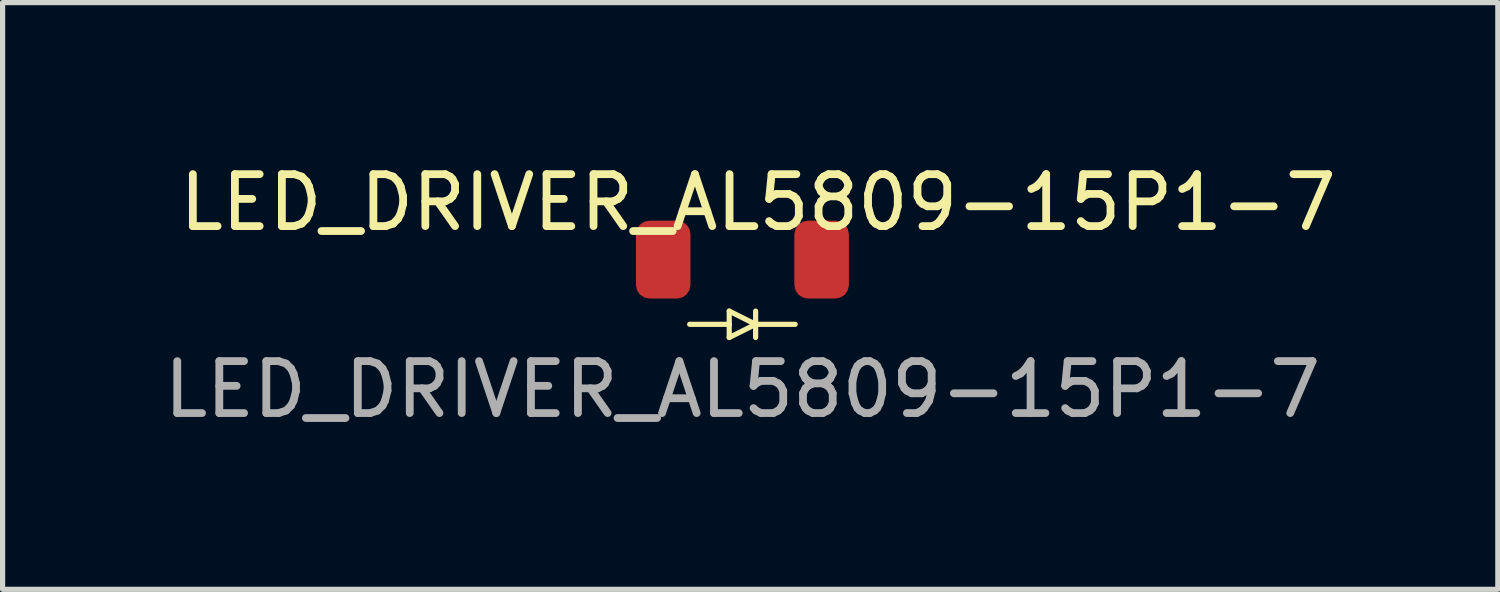
<source format=kicad_pcb>
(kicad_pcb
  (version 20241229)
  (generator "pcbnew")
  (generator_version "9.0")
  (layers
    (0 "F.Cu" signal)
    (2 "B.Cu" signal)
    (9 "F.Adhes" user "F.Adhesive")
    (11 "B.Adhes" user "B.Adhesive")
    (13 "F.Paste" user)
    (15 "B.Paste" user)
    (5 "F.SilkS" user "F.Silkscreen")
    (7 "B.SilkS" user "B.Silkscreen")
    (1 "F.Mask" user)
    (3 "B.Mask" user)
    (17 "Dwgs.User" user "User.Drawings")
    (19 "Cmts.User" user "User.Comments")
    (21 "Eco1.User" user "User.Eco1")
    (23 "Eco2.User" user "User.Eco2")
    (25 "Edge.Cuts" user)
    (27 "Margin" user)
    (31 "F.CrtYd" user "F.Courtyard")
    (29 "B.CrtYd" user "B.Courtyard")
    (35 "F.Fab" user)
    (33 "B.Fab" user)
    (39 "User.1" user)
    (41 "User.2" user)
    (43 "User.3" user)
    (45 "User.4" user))
  (footprint "LED_DRIVER_AL5809-15P1-7"
    (layer "F.Cu")
    (at 11.244 1.948)
    (property "Reference" "LED_DRIVER_AL5809-15P1-7" (at 0.3 -1.1 0) (unlocked yes) (layer "F.SilkS") (effects (font (size 1 1) (thickness 0.15))))
    (attr smd)
    (fp_line (start -1.016 1.246) (end -0.254 1.246) (stroke (width 0.1) (type default)) (layer "F.SilkS"))
    (fp_line (start -0.254 0.992) (end 0.254 1.246) (stroke (width 0.1) (type default)) (layer "F.SilkS"))
    (fp_line (start -0.254 1.246) (end -0.254 0.992) (stroke (width 0.1) (type default)) (layer "F.SilkS"))
    (fp_line (start -0.254 1.5) (end -0.254 1.246) (stroke (width 0.1) (type default)) (layer "F.SilkS"))
    (fp_line (start 0.254 0.992) (end 0.254 1.5) (stroke (width 0.1) (type default)) (layer "F.SilkS"))
    (fp_line (start 0.254 1.246) (end -0.254 1.5) (stroke (width 0.1) (type default)) (layer "F.SilkS"))
    (fp_line (start 0.254 1.246) (end 1.016 1.246) (stroke (width 0.1) (type default)) (layer "F.SilkS"))
    (fp_text user "${REFERENCE}" (at 0 2.5 0) (unlocked yes) (layer "F.Fab") (effects (font (size 1 1) (thickness 0.15))))
    (pad "A" smd roundrect (at -1.525 0) (size 1.05 1.5) (layers "F.Cu" "F.Mask" "F.Paste") (roundrect_rratio 0.25))
    (pad "K" smd roundrect (at 1.525 0) (size 1.05 1.5) (layers "F.Cu" "F.Mask" "F.Paste") (roundrect_rratio 0.25)))
  (gr_rect
    (start -3 -3)
    (end 25.788 8.296)
    (stroke (width 0.1) (type default))
    (fill no)
    (layer "Edge.Cuts")))
</source>
